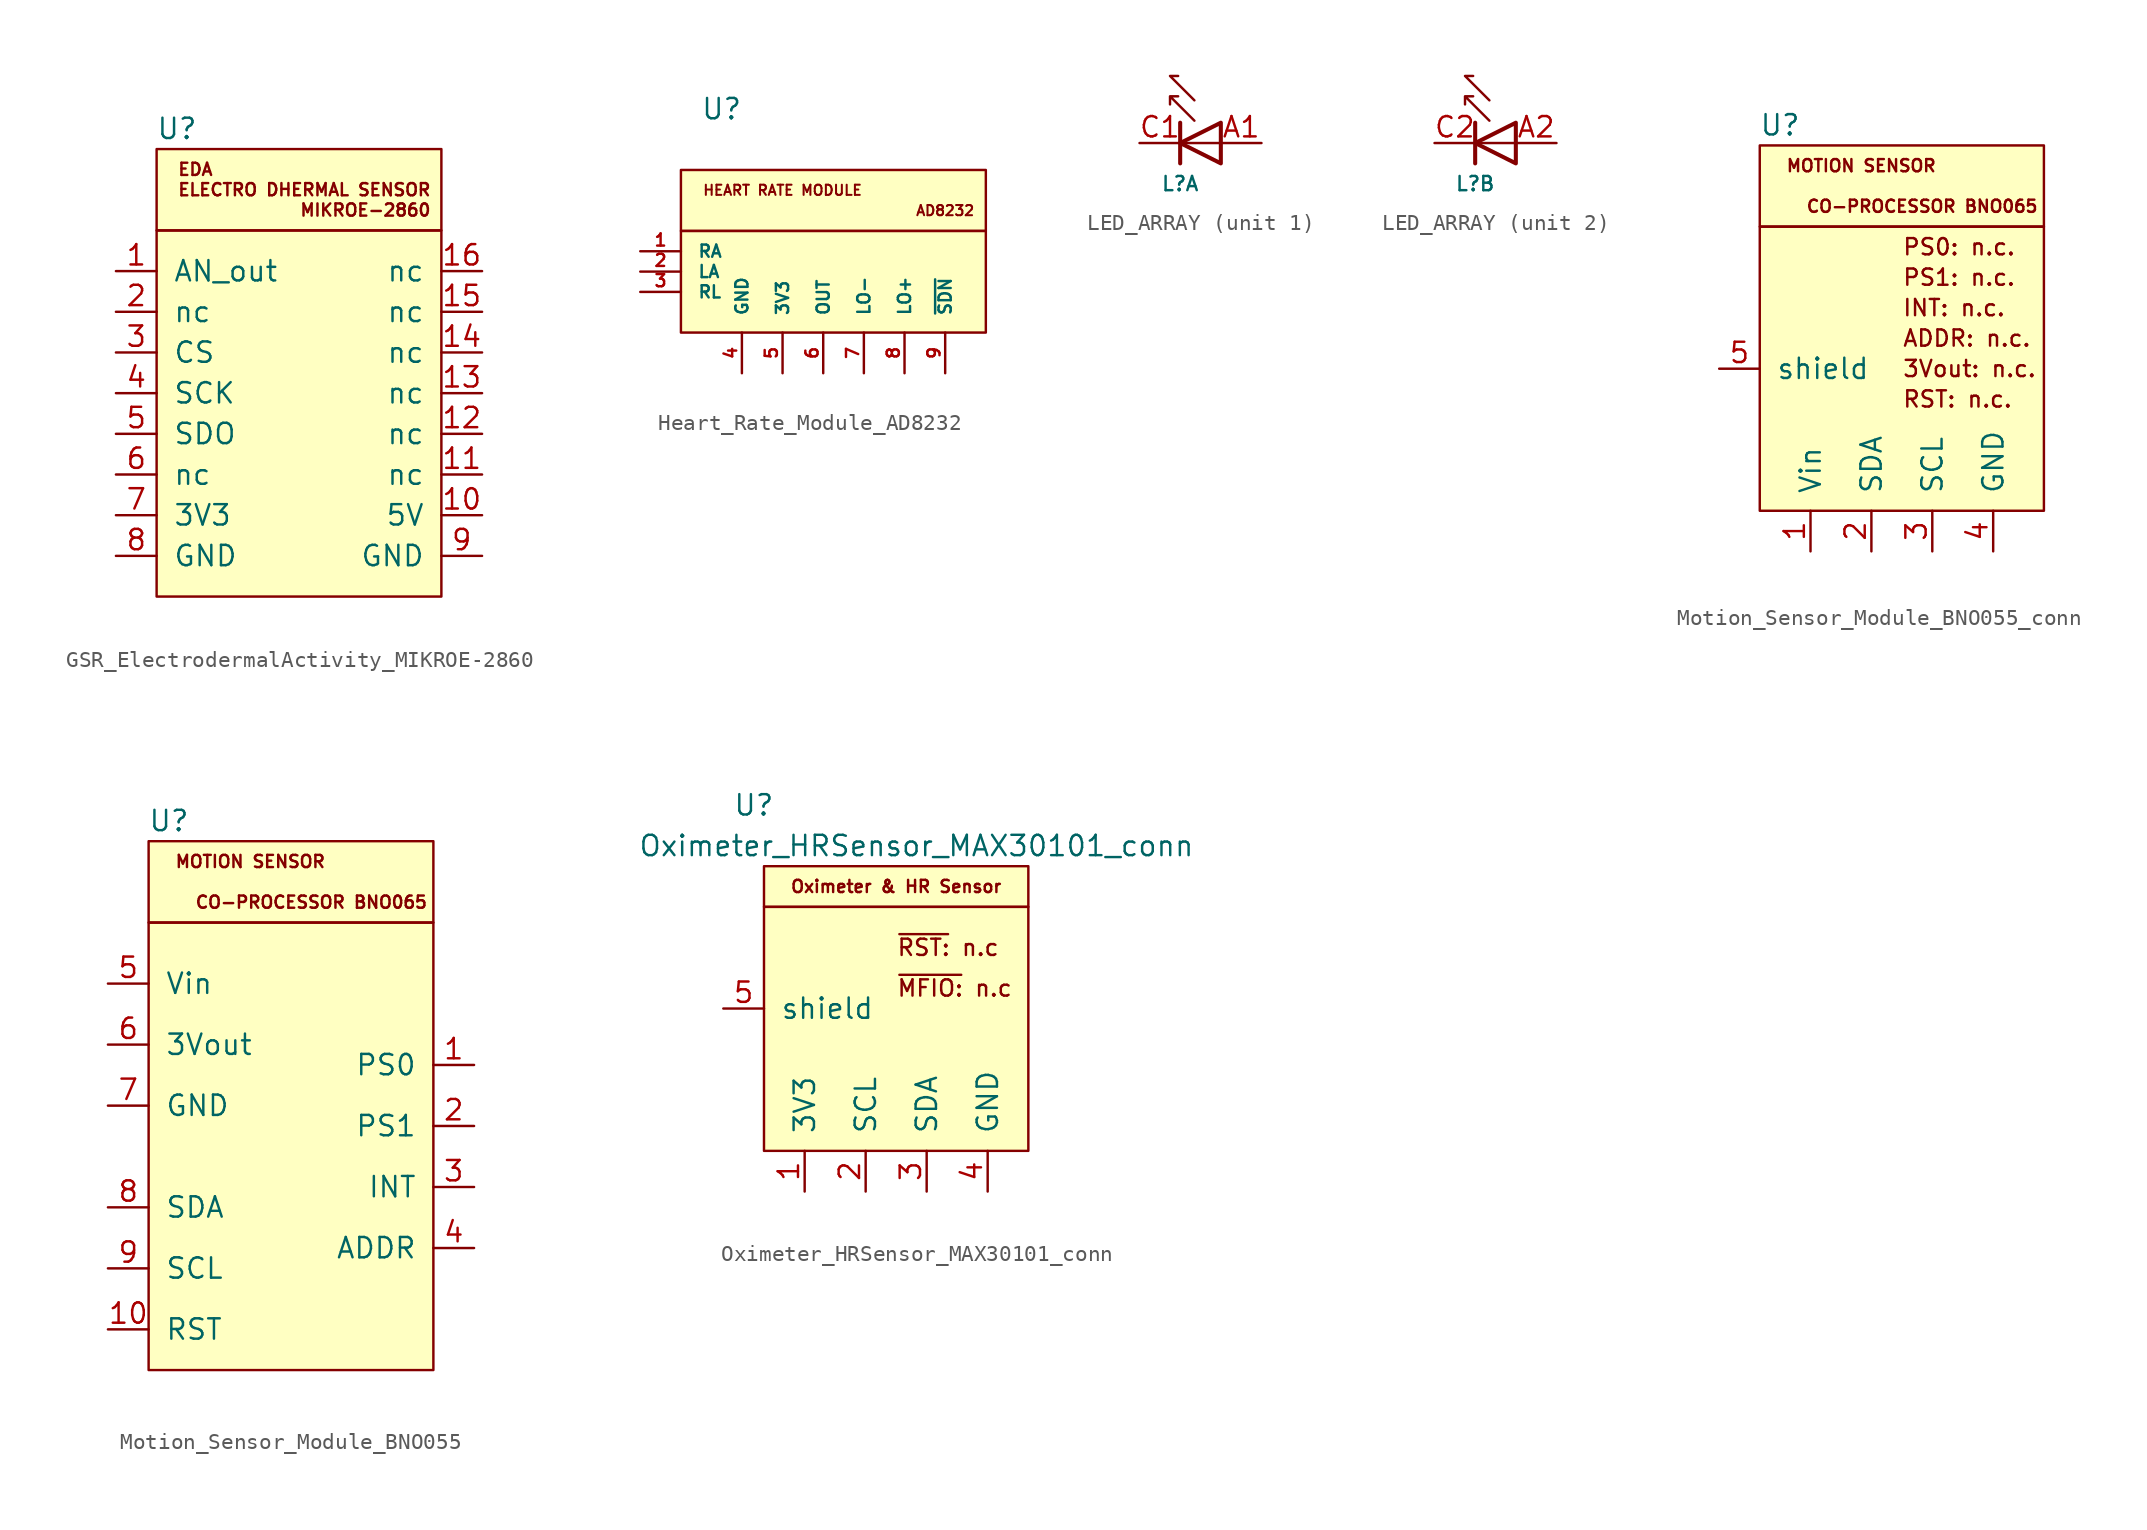
<source format=kicad_sym>
(kicad_symbol_lib
  (version 20211014)
  (generator kicad_symbol_editor)
  (symbol "GSR_ElectrodermalActivity_MIKROE-2860"
    (pin_names
      (offset 1.016))
    (property "Reference" "U"
      (at -7.62 16.51 0)
      (effects (font (size 1.27 1.27))))
    (symbol "GSR_ElectrodermalActivity_MIKROE-2860_0_0"
      (rectangle (start -8.89 10.16) (end 8.89 15.24) (stroke (width 0) (type default) (color 0 0 0 0)) (fill (type background)))
      (text "EDA" (at -7.62 13.97 0) (effects (font (size 0.762 0.762) bold) (justify left)))
      (text "MIKROE-2860" (at 0 11.43 0) (effects (font (size 0.762 0.762) bold) (justify left))))
    (symbol "GSR_ElectrodermalActivity_MIKROE-2860_0_1"
      (rectangle (start -8.89 10.16) (end 8.89 -12.7) (stroke (width 0) (type default) (color 0 0 0 0)) (fill (type background))))
    (symbol "GSR_ElectrodermalActivity_MIKROE-2860_1_1"
      (text "ELECTRO DHERMAL SENSOR" (at -7.62 12.7 0) (effects (font (size 0.762 0.762) bold) (justify left)))
      (pin passive line (at -11.43 7.62 0) (length 2.54) (name "AN_out" (effects (font (size 1.27 1.27)))) (number "1" (effects (font (size 1.27 1.27)))))
      (pin passive line (at 11.43 -7.62 180) (length 2.54) (name "5V" (effects (font (size 1.27 1.27)))) (number "10" (effects (font (size 1.27 1.27)))))
      (pin passive line (at 11.43 -5.08 180) (length 2.54) (name "nc" (effects (font (size 1.27 1.27)))) (number "11" (effects (font (size 1.27 1.27)))))
      (pin passive line (at 11.43 -2.54 180) (length 2.54) (name "nc" (effects (font (size 1.27 1.27)))) (number "12" (effects (font (size 1.27 1.27)))))
      (pin passive line (at 11.43 0 180) (length 2.54) (name "nc" (effects (font (size 1.27 1.27)))) (number "13" (effects (font (size 1.27 1.27)))))
      (pin passive line (at 11.43 2.54 180) (length 2.54) (name "nc" (effects (font (size 1.27 1.27)))) (number "14" (effects (font (size 1.27 1.27)))))
      (pin passive line (at 11.43 5.08 180) (length 2.54) (name "nc" (effects (font (size 1.27 1.27)))) (number "15" (effects (font (size 1.27 1.27)))))
      (pin passive line (at 11.43 7.62 180) (length 2.54) (name "nc" (effects (font (size 1.27 1.27)))) (number "16" (effects (font (size 1.27 1.27)))))
      (pin passive line (at -11.43 5.08 0) (length 2.54) (name "nc" (effects (font (size 1.27 1.27)))) (number "2" (effects (font (size 1.27 1.27)))))
      (pin passive line (at -11.43 2.54 0) (length 2.54) (name "CS" (effects (font (size 1.27 1.27)))) (number "3" (effects (font (size 1.27 1.27)))))
      (pin passive line (at -11.43 0 0) (length 2.54) (name "SCK" (effects (font (size 1.27 1.27)))) (number "4" (effects (font (size 1.27 1.27)))))
      (pin passive line (at -11.43 -2.54 0) (length 2.54) (name "SDO" (effects (font (size 1.27 1.27)))) (number "5" (effects (font (size 1.27 1.27)))))
      (pin passive line (at -11.43 -5.08 0) (length 2.54) (name "nc" (effects (font (size 1.27 1.27)))) (number "6" (effects (font (size 1.27 1.27)))))
      (pin passive line (at -11.43 -7.62 0) (length 2.54) (name "3V3" (effects (font (size 1.27 1.27)))) (number "7" (effects (font (size 1.27 1.27)))))
      (pin passive line (at -11.43 -10.16 0) (length 2.54) (name "GND" (effects (font (size 1.27 1.27)))) (number "8" (effects (font (size 1.27 1.27)))))
      (pin passive line (at 11.43 -10.16 180) (length 2.54) (name "GND" (effects (font (size 1.27 1.27)))) (number "9" (effects (font (size 1.27 1.27)))))))
  (symbol "Heart_Rate_Module_AD8232"
    (pin_names
      (offset 1.016))
    (property "Reference" "U"
      (at -6.35 8.89 0)
      (effects (font (size 1.27 1.27))))
    (symbol "Heart_Rate_Module_AD8232_0_0"
      (rectangle (start -8.89 1.27) (end 10.16 5.08) (stroke (width 0) (type default) (color 0 0 0 0)) (fill (type background)))
      (text "AD8232" (at 7.62 2.54 0) (effects (font (size 0.635 0.635) bold)))
      (text "HEART RATE MODULE" (at -2.54 3.81 0) (effects (font (size 0.635 0.635) bold))))
    (symbol "Heart_Rate_Module_AD8232_0_1"
      (rectangle (start -8.89 1.27) (end 10.16 -5.08) (stroke (width 0) (type default) (color 0 0 0 0)) (fill (type background))))
    (symbol "Heart_Rate_Module_AD8232_1_1"
      (pin passive line (at -11.43 0 0) (length 2.54) (name "RA" (effects (font (size 0.762 0.762)))) (number "1" (effects (font (size 0.762 0.762)))))
      (pin passive line (at -11.43 -1.27 0) (length 2.54) (name "LA" (effects (font (size 0.762 0.762)))) (number "2" (effects (font (size 0.762 0.762)))))
      (pin passive line (at -11.43 -2.54 0) (length 2.54) (name "RL" (effects (font (size 0.762 0.762)))) (number "3" (effects (font (size 0.762 0.762)))))
      (pin passive line (at -5.08 -7.62 90) (length 2.54) (name "GND" (effects (font (size 0.762 0.762)))) (number "4" (effects (font (size 0.762 0.762)))))
      (pin passive line (at -2.54 -7.62 90) (length 2.54) (name "3V3" (effects (font (size 0.762 0.762)))) (number "5" (effects (font (size 0.762 0.762)))))
      (pin passive line (at 0 -7.62 90) (length 2.54) (name "OUT" (effects (font (size 0.762 0.762)))) (number "6" (effects (font (size 0.762 0.762)))))
      (pin passive line (at 2.54 -7.62 90) (length 2.54) (name "LO-" (effects (font (size 0.762 0.762)))) (number "7" (effects (font (size 0.762 0.762)))))
      (pin passive line (at 5.08 -7.62 90) (length 2.54) (name "LO+" (effects (font (size 0.762 0.762)))) (number "8" (effects (font (size 0.762 0.762)))))
      (pin passive line (at 7.62 -7.62 90) (length 2.54) (name "~{SDN}" (effects (font (size 0.762 0.762)))) (number "9" (effects (font (size 0.762 0.762)))))))
  (symbol "LED_ARRAY"
    (pin_names
      (offset 1.016))
    (property "Reference" "L"
      (at -1.27 -2.54 0)
      (effects (font (size 0.889 0.889))))
    (symbol "LED_ARRAY_1_1"
      (polyline (pts (xy -1.27 0) (xy 1.27 0)) (stroke (width 0) (type default) (color 0 0 0 0)) (fill (type none)))
      (polyline (pts (xy -1.27 1.27) (xy -1.27 -1.27)) (stroke (width 0.254) (type default) (color 0 0 0 0)) (fill (type none)))
      (polyline (pts (xy -0.381 2.667) (xy -1.905 4.191) (xy -1.397 4.191)) (stroke (width 0) (type default) (color 0 0 0 0)) (fill (type none)))
      (polyline (pts (xy 1.27 -1.27) (xy 1.27 1.27) (xy -1.27 0) (xy 1.27 -1.27)) (stroke (width 0.254) (type default) (color 0 0 0 0)) (fill (type none)))
      (polyline (pts (xy -0.381 1.397) (xy -1.905 2.921) (xy -1.397 2.921) (xy -1.905 2.921) (xy -1.905 2.413)) (stroke (width 0) (type default) (color 0 0 0 0)) (fill (type none)))
      (pin passive line (at 3.81 0 180) (length 2.54) (name "~" (effects (font (size 1.27 1.27)))) (number "A1" (effects (font (size 1.27 1.27)))))
      (pin passive line (at -3.81 0 0) (length 2.54) (name "~" (effects (font (size 1.27 1.27)))) (number "C1" (effects (font (size 1.27 1.27))))))
    (symbol "LED_ARRAY_2_1"
      (polyline (pts (xy -1.27 0) (xy 1.27 0)) (stroke (width 0) (type default) (color 0 0 0 0)) (fill (type none)))
      (polyline (pts (xy -1.27 1.27) (xy -1.27 -1.27)) (stroke (width 0.254) (type default) (color 0 0 0 0)) (fill (type none)))
      (polyline (pts (xy -0.381 2.667) (xy -1.905 4.191) (xy -1.397 4.191)) (stroke (width 0) (type default) (color 0 0 0 0)) (fill (type none)))
      (polyline (pts (xy 1.27 -1.27) (xy 1.27 1.27) (xy -1.27 0) (xy 1.27 -1.27)) (stroke (width 0.254) (type default) (color 0 0 0 0)) (fill (type none)))
      (polyline (pts (xy -0.381 1.397) (xy -1.905 2.921) (xy -1.397 2.921) (xy -1.905 2.921) (xy -1.905 2.413)) (stroke (width 0) (type default) (color 0 0 0 0)) (fill (type none)))
      (pin passive line (at 3.81 0 180) (length 2.54) (name "~" (effects (font (size 1.27 1.27)))) (number "A2" (effects (font (size 1.27 1.27)))))
      (pin passive line (at -3.81 0 0) (length 2.54) (name "~" (effects (font (size 1.27 1.27)))) (number "C2" (effects (font (size 1.27 1.27)))))))
  (symbol "Motion_Sensor_Module_BNO055_conn"
    (pin_names
      (offset 1.016))
    (property "Reference" "U"
      (at -7.62 19.05 0)
      (effects (font (size 1.27 1.27))))
    (symbol "Motion_Sensor_Module_BNO055_conn_0_0"
      (rectangle (start -8.89 12.7) (end 8.89 17.78) (stroke (width 0) (type default) (color 0 0 0 0)) (fill (type background)))
      (text "CO-PROCESSOR BNO065" (at 1.27 13.97 0) (effects (font (size 0.762 0.762) bold)))
      (text "MOTION SENSOR" (at -2.54 16.51 0) (effects (font (size 0.762 0.762) bold)))
      (text "PS1: n.c." (at 0 9.525 0) (effects (font (size 1.016 1.016)) (justify left))))
    (symbol "Motion_Sensor_Module_BNO055_conn_0_1"
      (rectangle (start -8.89 12.7) (end 8.89 -5.08) (stroke (width 0) (type default) (color 0 0 0 0)) (fill (type background))))
    (symbol "Motion_Sensor_Module_BNO055_conn_1_1"
      (text "3Vout: n.c." (at 0 3.81 0) (effects (font (size 1.016 1.016)) (justify left)))
      (text "ADDR: n.c." (at 0 5.715 0) (effects (font (size 1.016 1.016)) (justify left)))
      (text "INT: n.c." (at 0 7.62 0) (effects (font (size 1.016 1.016)) (justify left)))
      (text "PS0: n.c." (at 0 11.43 0) (effects (font (size 1.016 1.016)) (justify left)))
      (text "RST: n.c." (at 0 1.905 0) (effects (font (size 1.016 1.016)) (justify left)))
      (pin passive line (at -5.715 -7.62 90) (length 2.54) (name "Vin" (effects (font (size 1.27 1.27)))) (number "1" (effects (font (size 1.27 1.27)))))
      (pin passive line (at -1.905 -7.62 90) (length 2.54) (name "SDA" (effects (font (size 1.27 1.27)))) (number "2" (effects (font (size 1.27 1.27)))))
      (pin passive line (at 1.905 -7.62 90) (length 2.54) (name "SCL" (effects (font (size 1.27 1.27)))) (number "3" (effects (font (size 1.27 1.27)))))
      (pin passive line (at 5.715 -7.62 90) (length 2.54) (name "GND" (effects (font (size 1.27 1.27)))) (number "4" (effects (font (size 1.27 1.27)))))
      (pin passive line (at -11.43 3.81 0) (length 2.54) (name "shield" (effects (font (size 1.27 1.27)))) (number "5" (effects (font (size 1.27 1.27)))))))
  (symbol "Motion_Sensor_Module_BNO055"
    (pin_names
      (offset 1.016))
    (property "Reference" "U"
      (at -7.62 19.05 0)
      (effects (font (size 1.27 1.27))))
    (symbol "Motion_Sensor_Module_BNO055_0_0"
      (rectangle (start -8.89 12.7) (end 8.89 17.78) (stroke (width 0) (type default) (color 0 0 0 0)) (fill (type background)))
      (text "CO-PROCESSOR BNO065" (at 1.27 13.97 0) (effects (font (size 0.762 0.762) bold)))
      (text "MOTION SENSOR" (at -2.54 16.51 0) (effects (font (size 0.762 0.762) bold))))
    (symbol "Motion_Sensor_Module_BNO055_0_1"
      (rectangle (start -8.89 12.7) (end 8.89 -15.24) (stroke (width 0) (type default) (color 0 0 0 0)) (fill (type background))))
    (symbol "Motion_Sensor_Module_BNO055_1_1"
      (pin passive line (at 11.43 3.81 180) (length 2.54) (name "PS0" (effects (font (size 1.27 1.27)))) (number "1" (effects (font (size 1.27 1.27)))))
      (pin passive line (at -11.43 -12.7 0) (length 2.54) (name "RST" (effects (font (size 1.27 1.27)))) (number "10" (effects (font (size 1.27 1.27)))))
      (pin passive line (at 11.43 0 180) (length 2.54) (name "PS1" (effects (font (size 1.27 1.27)))) (number "2" (effects (font (size 1.27 1.27)))))
      (pin passive line (at 11.43 -3.81 180) (length 2.54) (name "INT" (effects (font (size 1.27 1.27)))) (number "3" (effects (font (size 1.27 1.27)))))
      (pin passive line (at 11.43 -7.62 180) (length 2.54) (name "ADDR" (effects (font (size 1.27 1.27)))) (number "4" (effects (font (size 1.27 1.27)))))
      (pin passive line (at -11.43 8.89 0) (length 2.54) (name "Vin" (effects (font (size 1.27 1.27)))) (number "5" (effects (font (size 1.27 1.27)))))
      (pin passive line (at -11.43 5.08 0) (length 2.54) (name "3Vout" (effects (font (size 1.27 1.27)))) (number "6" (effects (font (size 1.27 1.27)))))
      (pin passive line (at -11.43 1.27 0) (length 2.54) (name "GND" (effects (font (size 1.27 1.27)))) (number "7" (effects (font (size 1.27 1.27)))))
      (pin passive line (at -11.43 -5.08 0) (length 2.54) (name "SDA" (effects (font (size 1.27 1.27)))) (number "8" (effects (font (size 1.27 1.27)))))
      (pin passive line (at -11.43 -8.89 0) (length 2.54) (name "SCL" (effects (font (size 1.27 1.27)))) (number "9" (effects (font (size 1.27 1.27)))))))
  (symbol "Oximeter_HRSensor_MAX30101_conn"
    (pin_names
      (offset 1.016))
    (property "Reference" "U"
      (at -8.89 12.7 0)
      (effects (font (size 1.27 1.27))))
    (property "Value" "Oximeter_HRSensor_MAX30101_conn"
      (at 1.27 10.16 0)
      (effects (font (size 1.27 1.27))))
    (symbol "Oximeter_HRSensor_MAX30101_conn_0_0"
      (rectangle (start -8.255 6.35) (end 8.255 8.89) (stroke (width 0) (type default) (color 0 0 0 0)) (fill (type background)))
      (text "Oximeter & HR Sensor" (at 0 7.62 0) (effects (font (size 0.762 0.762) bold)))
      (text "~{MFIO:} n.c" (at 0 1.27 0) (effects (font (size 1.016 1.016)) (justify left))))
    (symbol "Oximeter_HRSensor_MAX30101_conn_0_1"
      (rectangle (start -8.255 6.35) (end 8.255 -8.89) (stroke (width 0) (type default) (color 0 0 0 0)) (fill (type background))))
    (symbol "Oximeter_HRSensor_MAX30101_conn_1_1"
      (text "~{RST:} n.c" (at 0 3.81 0) (effects (font (size 1.016 1.016)) (justify left)))
      (pin passive line (at -5.715 -11.43 90) (length 2.54) (name "3V3" (effects (font (size 1.27 1.27)))) (number "1" (effects (font (size 1.27 1.27)))))
      (pin passive line (at -1.905 -11.43 90) (length 2.54) (name "SCL" (effects (font (size 1.27 1.27)))) (number "2" (effects (font (size 1.27 1.27)))))
      (pin passive line (at 1.905 -11.43 90) (length 2.54) (name "SDA" (effects (font (size 1.27 1.27)))) (number "3" (effects (font (size 1.27 1.27)))))
      (pin passive line (at 5.715 -11.43 90) (length 2.54) (name "GND" (effects (font (size 1.27 1.27)))) (number "4" (effects (font (size 1.27 1.27)))))
      (pin passive line (at -10.795 0 0) (length 2.54) (name "shield" (effects (font (size 1.27 1.27)))) (number "5" (effects (font (size 1.27 1.27))))))))
</source>
